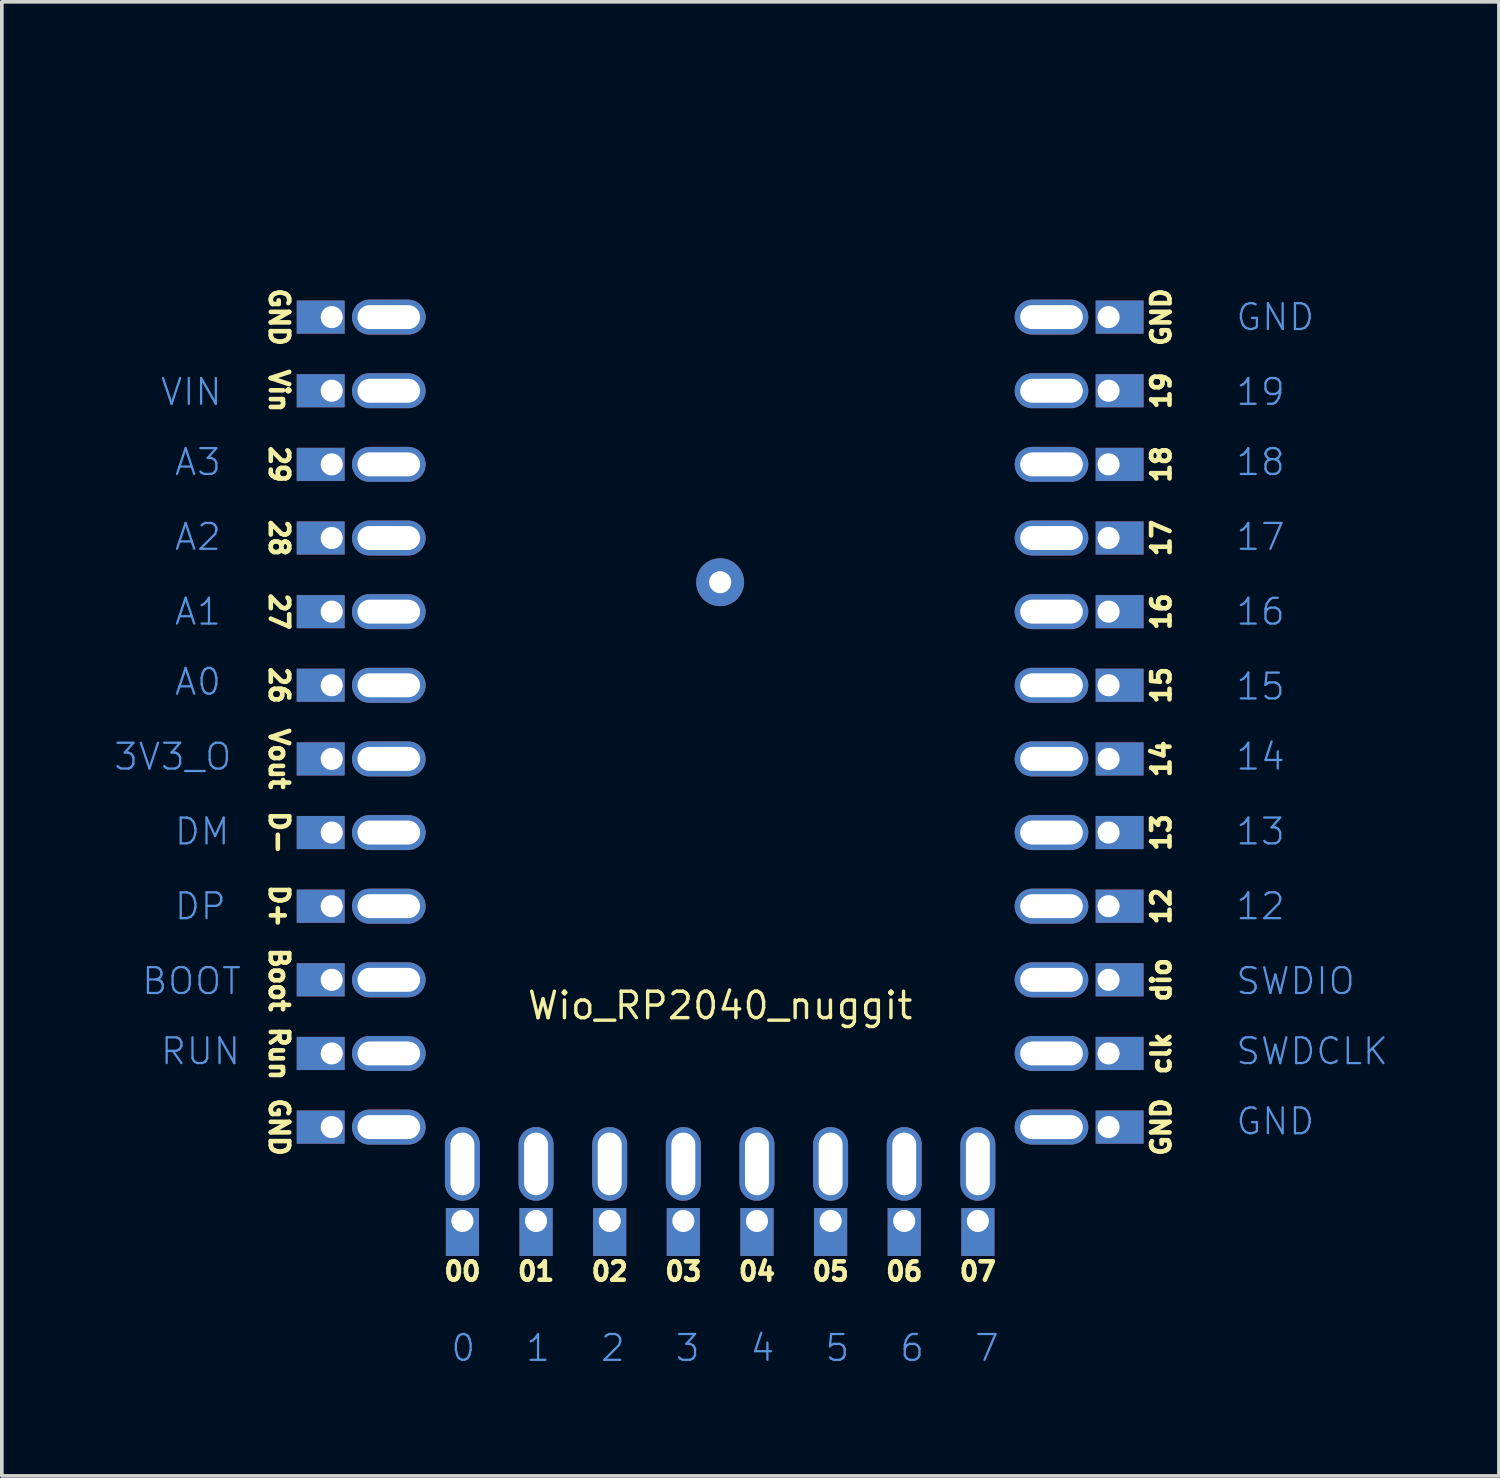
<source format=kicad_pcb>
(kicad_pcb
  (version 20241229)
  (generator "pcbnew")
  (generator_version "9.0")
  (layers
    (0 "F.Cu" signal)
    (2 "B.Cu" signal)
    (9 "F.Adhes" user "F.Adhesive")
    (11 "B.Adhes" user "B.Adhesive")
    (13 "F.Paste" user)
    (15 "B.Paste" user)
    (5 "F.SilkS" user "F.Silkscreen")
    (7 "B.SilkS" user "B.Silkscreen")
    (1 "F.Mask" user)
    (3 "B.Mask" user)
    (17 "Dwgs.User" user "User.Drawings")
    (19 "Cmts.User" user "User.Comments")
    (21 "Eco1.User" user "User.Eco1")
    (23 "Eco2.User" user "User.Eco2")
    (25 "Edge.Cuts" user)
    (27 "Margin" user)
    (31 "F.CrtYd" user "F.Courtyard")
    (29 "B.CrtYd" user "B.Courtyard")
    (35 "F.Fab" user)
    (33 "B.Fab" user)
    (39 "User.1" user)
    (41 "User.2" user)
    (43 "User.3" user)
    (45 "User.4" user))
  (footprint "Wio_RP2040_nuggit"
    (layer "F.Cu")
    (at 16.51 11.563)
    (property "Reference" "Wio_RP2040_nuggit" (at 0 12.7 0) (layer "F.SilkS") (effects (font (size 0.719 0.719) (thickness 0.093))))
    (fp_line (start -9 -11.5) (end 9 -11.5) (stroke (width 0.127) (type solid)) (layer "User.1"))
    (fp_line (start -9 17) (end -9 -11.5) (stroke (width 0.127) (type solid)) (layer "User.1"))
    (fp_line (start 9 17) (end -9 17) (stroke (width 0.127) (type solid)) (layer "User.1"))
    (fp_line (start 9 17) (end 9 -11.5) (stroke (width 0.12) (type solid)) (layer "User.1"))
    (fp_text user "18" (at 11.98 -2 90) (unlocked yes) (layer "F.SilkS") (effects (font (size 0.5 0.5) (thickness 0.125))))
    (fp_text user "D+" (at -11.98 10 270) (unlocked yes) (layer "F.SilkS") (effects (font (size 0.5 0.5) (thickness 0.125))))
    (fp_text user "D-" (at -11.98 8 270) (unlocked yes) (layer "F.SilkS") (effects (font (size 0.5 0.5) (thickness 0.125))))
    (fp_text user "19" (at 11.98 -4 90) (unlocked yes) (layer "F.SilkS") (effects (font (size 0.5 0.5) (thickness 0.125))))
    (fp_text user "00" (at -7 19.92 0) (unlocked yes) (layer "F.SilkS") (effects (font (size 0.5 0.5) (thickness 0.125))))
    (fp_text user "07" (at 7 19.92 0) (unlocked yes) (layer "F.SilkS") (effects (font (size 0.5 0.5) (thickness 0.125))))
    (fp_text user "Run" (at -11.98 14 270) (unlocked yes) (layer "F.SilkS") (effects (font (size 0.5 0.5) (thickness 0.125))))
    (fp_text user "GND" (at 11.98 -6 90) (unlocked yes) (layer "F.SilkS") (effects (font (size 0.5 0.5) (thickness 0.125))))
    (fp_text user "Boot" (at -11.98 12 270) (unlocked yes) (layer "F.SilkS") (effects (font (size 0.5 0.5) (thickness 0.125))))
    (fp_text user "GND" (at -11.98 -6 270) (unlocked yes) (layer "F.SilkS") (effects (font (size 0.5 0.5) (thickness 0.125))))
    (fp_text user "15" (at 11.98 4 90) (unlocked yes) (layer "F.SilkS") (effects (font (size 0.5 0.5) (thickness 0.125))))
    (fp_text user "26" (at -11.98 4 270) (unlocked yes) (layer "F.SilkS") (effects (font (size 0.5 0.5) (thickness 0.125))))
    (fp_text user "16" (at 11.98 2 90) (unlocked yes) (layer "F.SilkS") (effects (font (size 0.5 0.5) (thickness 0.125))))
    (fp_text user "29" (at -11.98 -2 270) (unlocked yes) (layer "F.SilkS") (effects (font (size 0.5 0.5) (thickness 0.125))))
    (fp_text user "02" (at -3 19.92 0) (unlocked yes) (layer "F.SilkS") (effects (font (size 0.5 0.5) (thickness 0.125))))
    (fp_text user "Vin" (at -11.98 -4 270) (unlocked yes) (layer "F.SilkS") (effects (font (size 0.5 0.5) (thickness 0.125))))
    (fp_text user "03" (at -1 19.92 0) (unlocked yes) (layer "F.SilkS") (effects (font (size 0.5 0.5) (thickness 0.125))))
    (fp_text user "12" (at 11.98 10 90) (unlocked yes) (layer "F.SilkS") (effects (font (size 0.5 0.5) (thickness 0.125))))
    (fp_text user "dio" (at 11.98 12 90) (unlocked yes) (layer "F.SilkS") (effects (font (size 0.5 0.5) (thickness 0.125))))
    (fp_text user "Vout" (at -11.98 6 270) (unlocked yes) (layer "F.SilkS") (effects (font (size 0.5 0.5) (thickness 0.125))))
    (fp_text user "01" (at -5 19.92 0) (unlocked yes) (layer "F.SilkS") (effects (font (size 0.5 0.5) (thickness 0.125))))
    (fp_text user "GND" (at -11.98 16 270) (unlocked yes) (layer "F.SilkS") (effects (font (size 0.5 0.5) (thickness 0.125))))
    (fp_text user "06" (at 5 19.92 0) (unlocked yes) (layer "F.SilkS") (effects (font (size 0.5 0.5) (thickness 0.125))))
    (fp_text user "clk" (at 11.98 14 90) (unlocked yes) (layer "F.SilkS") (effects (font (size 0.5 0.5) (thickness 0.125))))
    (fp_text user "13" (at 11.98 8 90) (unlocked yes) (layer "F.SilkS") (effects (font (size 0.5 0.5) (thickness 0.125))))
    (fp_text user "05" (at 3 19.92 0) (unlocked yes) (layer "F.SilkS") (effects (font (size 0.5 0.5) (thickness 0.125))))
    (fp_text user "14" (at 11.98 6 90) (unlocked yes) (layer "F.SilkS") (effects (font (size 0.5 0.5) (thickness 0.125))))
    (fp_text user "17" (at 11.98 0 90) (unlocked yes) (layer "F.SilkS") (effects (font (size 0.5 0.5) (thickness 0.125))))
    (fp_text user "GND" (at 11.98 16 90) (unlocked yes) (layer "F.SilkS") (effects (font (size 0.5 0.5) (thickness 0.125))))
    (fp_text user "28" (at -11.98 0 270) (unlocked yes) (layer "F.SilkS") (effects (font (size 0.5 0.5) (thickness 0.125))))
    (fp_text user "27" (at -11.98 2 270) (unlocked yes) (layer "F.SilkS") (effects (font (size 0.5 0.5) (thickness 0.125))))
    (fp_text user "04" (at 1 19.92 0) (unlocked yes) (layer "F.SilkS") (effects (font (size 0.5 0.5) (thickness 0.125))))
    (fp_text user "A2" (at -14.859 0.381 0) (layer "Cmts.User") (effects (font (size 0.701 0.701) (thickness 0.061)) (justify left bottom)))
    (fp_text user "A1" (at -14.859 2.413 0) (layer "Cmts.User") (effects (font (size 0.701 0.701) (thickness 0.061)) (justify left bottom)))
    (fp_text user "13" (at 13.97 8.382 0) (layer "Cmts.User") (effects (font (size 0.701 0.701) (thickness 0.061)) (justify left bottom)))
    (fp_text user "VIN" (at -15.24 -3.556 0) (layer "Cmts.User") (effects (font (size 0.701 0.701) (thickness 0.061)) (justify left bottom)))
    (fp_text user "0" (at -6.604 21.59 0) (layer "Cmts.User") (effects (font (size 0.701 0.701) (thickness 0.061)) (justify right top)))
    (fp_text user "16" (at 13.97 2.413 0) (layer "Cmts.User") (effects (font (size 0.701 0.701) (thickness 0.061)) (justify left bottom)))
    (fp_text user "DM" (at -14.859 8.382 0) (layer "Cmts.User") (effects (font (size 0.701 0.701) (thickness 0.061)) (justify left bottom)))
    (fp_text user "5" (at 3.556 21.59 0) (layer "Cmts.User") (effects (font (size 0.701 0.701) (thickness 0.061)) (justify right top)))
    (fp_text user "GND" (at 13.97 -5.588 0) (layer "Cmts.User") (effects (font (size 0.701 0.701) (thickness 0.061)) (justify left bottom)))
    (fp_text user "14" (at 13.97 6.35 0) (layer "Cmts.User") (effects (font (size 0.701 0.701) (thickness 0.061)) (justify left bottom)))
    (fp_text user "RUN" (at -15.24 14.351 0) (layer "Cmts.User") (effects (font (size 0.701 0.701) (thickness 0.061)) (justify left bottom)))
    (fp_text user "BOOT" (at -15.748 12.446 0) (layer "Cmts.User") (effects (font (size 0.701 0.701) (thickness 0.061)) (justify left bottom)))
    (fp_text user "4" (at 1.524 21.59 0) (layer "Cmts.User") (effects (font (size 0.701 0.701) (thickness 0.061)) (justify right top)))
    (fp_text user "18" (at 13.97 -1.651 0) (layer "Cmts.User") (effects (font (size 0.701 0.701) (thickness 0.061)) (justify left bottom)))
    (fp_text user "SWDCLK" (at 13.97 14.351 0) (layer "Cmts.User") (effects (font (size 0.701 0.701) (thickness 0.061)) (justify left bottom)))
    (fp_text user "A3" (at -14.859 -1.651 0) (layer "Cmts.User") (effects (font (size 0.701 0.701) (thickness 0.061)) (justify left bottom)))
    (fp_text user "12" (at 13.97 10.414 0) (layer "Cmts.User") (effects (font (size 0.701 0.701) (thickness 0.061)) (justify left bottom)))
    (fp_text user "15" (at 13.97 4.445 0) (layer "Cmts.User") (effects (font (size 0.701 0.701) (thickness 0.061)) (justify left bottom)))
    (fp_text user "A0" (at -14.859 4.318 0) (layer "Cmts.User") (effects (font (size 0.701 0.701) (thickness 0.061)) (justify left bottom)))
    (fp_text user "7" (at 7.62 21.59 0) (layer "Cmts.User") (effects (font (size 0.701 0.701) (thickness 0.061)) (justify right top)))
    (fp_text user "3" (at -0.508 21.59 0) (layer "Cmts.User") (effects (font (size 0.701 0.701) (thickness 0.061)) (justify right top)))
    (fp_text user "17" (at 13.97 0.381 0) (layer "Cmts.User") (effects (font (size 0.701 0.701) (thickness 0.061)) (justify left bottom)))
    (fp_text user "1" (at -4.572 21.59 0) (layer "Cmts.User") (effects (font (size 0.701 0.701) (thickness 0.061)) (justify right top)))
    (fp_text user "19" (at 13.97 -3.556 0) (layer "Cmts.User") (effects (font (size 0.701 0.701) (thickness 0.061)) (justify left bottom)))
    (fp_text user "GND" (at 13.97 16.256 0) (layer "Cmts.User") (effects (font (size 0.701 0.701) (thickness 0.061)) (justify left bottom)))
    (fp_text user "SWDIO" (at 13.97 12.446 0) (layer "Cmts.User") (effects (font (size 0.701 0.701) (thickness 0.061)) (justify left bottom)))
    (fp_text user "2" (at -2.54 21.59 0) (layer "Cmts.User") (effects (font (size 0.701 0.701) (thickness 0.061)) (justify right top)))
    (fp_text user "DP" (at -14.859 10.414 0) (layer "Cmts.User") (effects (font (size 0.701 0.701) (thickness 0.061)) (justify left bottom)))
    (fp_text user "6" (at 5.588 21.59 0) (layer "Cmts.User") (effects (font (size 0.701 0.701) (thickness 0.061)) (justify right top)))
    (fp_text user "3V3_O" (at -16.51 6.35 0) (layer "Cmts.User") (effects (font (size 0.701 0.701) (thickness 0.061)) (justify left bottom)))
    (pad "1" thru_hole rect (at -10.55 -6) (size 1.3 0.9) (drill 0.6 (offset -0.3 0)) (layers "*.Cu" "*.Mask"))
    (pad "1" thru_hole oval (at -9 -6) (size 2 0.95) (drill oval 1.7 0.65) (layers "*.Cu" "*.Mask"))
    (pad "2" thru_hole rect (at -10.55 -4) (size 1.3 0.9) (drill 0.6 (offset -0.3 0)) (layers "*.Cu" "*.Mask"))
    (pad "2" thru_hole oval (at -9 -4) (size 2 0.95) (drill oval 1.7 0.65) (layers "*.Cu" "*.Mask"))
    (pad "3" thru_hole rect (at -10.55 -2) (size 1.3 0.9) (drill 0.6 (offset -0.3 0)) (layers "*.Cu" "*.Mask"))
    (pad "3" thru_hole oval (at -9 -2) (size 2 0.95) (drill oval 1.7 0.65) (layers "*.Cu" "*.Mask"))
    (pad "4" thru_hole rect (at -10.55 0) (size 1.3 0.9) (drill 0.6 (offset -0.3 0)) (layers "*.Cu" "*.Mask"))
    (pad "4" thru_hole oval (at -9 0) (size 2 0.95) (drill oval 1.7 0.65) (layers "*.Cu" "*.Mask"))
    (pad "5" thru_hole rect (at -10.55 2) (size 1.3 0.9) (drill 0.6 (offset -0.3 0)) (layers "*.Cu" "*.Mask"))
    (pad "5" thru_hole oval (at -9 2) (size 2 0.95) (drill oval 1.7 0.65) (layers "*.Cu" "*.Mask"))
    (pad "6" thru_hole rect (at -10.55 4) (size 1.3 0.9) (drill 0.6 (offset -0.3 0)) (layers "*.Cu" "*.Mask"))
    (pad "6" thru_hole oval (at -9 4) (size 2 0.95) (drill oval 1.7 0.65) (layers "*.Cu" "*.Mask"))
    (pad "7" thru_hole rect (at -10.55 6) (size 1.3 0.9) (drill 0.6 (offset -0.3 0)) (layers "*.Cu" "*.Mask"))
    (pad "7" thru_hole oval (at -9 6) (size 2 0.95) (drill oval 1.7 0.65) (layers "*.Cu" "*.Mask"))
    (pad "8" thru_hole rect (at -10.55 8) (size 1.3 0.9) (drill 0.6 (offset -0.3 0)) (layers "*.Cu" "*.Mask"))
    (pad "8" thru_hole oval (at -9 8) (size 2 0.95) (drill oval 1.7 0.65) (layers "*.Cu" "*.Mask"))
    (pad "9" thru_hole rect (at -10.55 10) (size 1.3 0.9) (drill 0.6 (offset -0.3 0)) (layers "*.Cu" "*.Mask"))
    (pad "9" thru_hole oval (at -9 10) (size 2 0.95) (drill oval 1.7 0.65) (layers "*.Cu" "*.Mask"))
    (pad "10" thru_hole rect (at -10.55 12) (size 1.3 0.9) (drill 0.6 (offset -0.3 0)) (layers "*.Cu" "*.Mask"))
    (pad "10" thru_hole oval (at -9 12) (size 2 0.95) (drill oval 1.7 0.65) (layers "*.Cu" "*.Mask"))
    (pad "11" thru_hole rect (at -10.55 14) (size 1.3 0.9) (drill 0.6 (offset -0.3 0)) (layers "*.Cu" "*.Mask"))
    (pad "11" thru_hole oval (at -9 14) (size 2 0.95) (drill oval 1.7 0.65) (layers "*.Cu" "*.Mask"))
    (pad "12" thru_hole rect (at -10.55 16) (size 1.3 0.9) (drill 0.6 (offset -0.3 0)) (layers "*.Cu" "*.Mask"))
    (pad "12" thru_hole oval (at -9 16) (size 2 0.95) (drill oval 1.7 0.65) (layers "*.Cu" "*.Mask"))
    (pad "13" thru_hole oval (at -7 17 90) (size 2 0.95) (drill oval 1.7 0.65) (layers "*.Cu" "*.Mask"))
    (pad "13" thru_hole rect (at -7 18.55 90) (size 1.3 0.9) (drill 0.6 (offset -0.3 0)) (layers "*.Cu" "*.Mask"))
    (pad "13" thru_hole rect (at -5 18.55 90) (size 1.3 0.9) (drill 0.6 (offset -0.3 0)) (layers "*.Cu" "*.Mask"))
    (pad "13" thru_hole rect (at -3 18.55 90) (size 1.3 0.9) (drill 0.6 (offset -0.3 0)) (layers "*.Cu" "*.Mask"))
    (pad "13" thru_hole rect (at -1 18.55 90) (size 1.3 0.9) (drill 0.6 (offset -0.3 0)) (layers "*.Cu" "*.Mask"))
    (pad "13" thru_hole rect (at 1 18.55 90) (size 1.3 0.9) (drill 0.6 (offset -0.3 0)) (layers "*.Cu" "*.Mask"))
    (pad "13" thru_hole rect (at 3 18.55 90) (size 1.3 0.9) (drill 0.6 (offset -0.3 0)) (layers "*.Cu" "*.Mask"))
    (pad "13" thru_hole rect (at 5 18.55 90) (size 1.3 0.9) (drill 0.6 (offset -0.3 0)) (layers "*.Cu" "*.Mask"))
    (pad "13" thru_hole rect (at 7 18.55 90) (size 1.3 0.9) (drill 0.6 (offset -0.3 0)) (layers "*.Cu" "*.Mask"))
    (pad "14" thru_hole oval (at -5 17 90) (size 2 0.95) (drill oval 1.7 0.65) (layers "*.Cu" "*.Mask"))
    (pad "15" thru_hole oval (at -3 17 90) (size 2 0.95) (drill oval 1.7 0.65) (layers "*.Cu" "*.Mask"))
    (pad "16" thru_hole oval (at -1 17 90) (size 2 0.95) (drill oval 1.7 0.65) (layers "*.Cu" "*.Mask"))
    (pad "17" thru_hole oval (at 1 17 90) (size 2 0.95) (drill oval 1.7 0.65) (layers "*.Cu" "*.Mask"))
    (pad "18" thru_hole oval (at 3 17 90) (size 2 0.95) (drill oval 1.7 0.65) (layers "*.Cu" "*.Mask"))
    (pad "19" thru_hole oval (at 5 17 90) (size 2 0.95) (drill oval 1.7 0.65) (layers "*.Cu" "*.Mask"))
    (pad "20" thru_hole oval (at 7 17 90) (size 2 0.95) (drill oval 1.7 0.65) (layers "*.Cu" "*.Mask"))
    (pad "21" thru_hole oval (at 9 16 180) (size 2 0.95) (drill oval 1.7 0.65) (layers "*.Cu" "*.Mask"))
    (pad "21" thru_hole rect (at 10.55 16 180) (size 1.3 0.9) (drill 0.6 (offset -0.3 0)) (layers "*.Cu" "*.Mask"))
    (pad "22" thru_hole oval (at 9 14 180) (size 2 0.95) (drill oval 1.7 0.65) (layers "*.Cu" "*.Mask"))
    (pad "22" thru_hole rect (at 10.55 14 180) (size 1.3 0.9) (drill 0.6 (offset -0.3 0)) (layers "*.Cu" "*.Mask"))
    (pad "23" thru_hole oval (at 9 12 180) (size 2 0.95) (drill oval 1.7 0.65) (layers "*.Cu" "*.Mask"))
    (pad "23" thru_hole rect (at 10.55 12 180) (size 1.3 0.9) (drill 0.6 (offset -0.3 0)) (layers "*.Cu" "*.Mask"))
    (pad "24" thru_hole oval (at 9 10 180) (size 2 0.95) (drill oval 1.7 0.65) (layers "*.Cu" "*.Mask"))
    (pad "24" thru_hole rect (at 10.55 10 180) (size 1.3 0.9) (drill 0.6 (offset -0.3 0)) (layers "*.Cu" "*.Mask"))
    (pad "25" thru_hole oval (at 9 8 180) (size 2 0.95) (drill oval 1.7 0.65) (layers "*.Cu" "*.Mask"))
    (pad "25" thru_hole rect (at 10.55 8 180) (size 1.3 0.9) (drill 0.6 (offset -0.3 0)) (layers "*.Cu" "*.Mask"))
    (pad "26" thru_hole oval (at 9 6 180) (size 2 0.95) (drill oval 1.7 0.65) (layers "*.Cu" "*.Mask"))
    (pad "26" thru_hole rect (at 10.55 6 180) (size 1.3 0.9) (drill 0.6 (offset -0.3 0)) (layers "*.Cu" "*.Mask"))
    (pad "27" thru_hole oval (at 9 4 180) (size 2 0.95) (drill oval 1.7 0.65) (layers "*.Cu" "*.Mask"))
    (pad "27" thru_hole rect (at 10.55 4 180) (size 1.3 0.9) (drill 0.6 (offset -0.3 0)) (layers "*.Cu" "*.Mask"))
    (pad "28" thru_hole oval (at 9 2 180) (size 2 0.95) (drill oval 1.7 0.65) (layers "*.Cu" "*.Mask"))
    (pad "28" thru_hole rect (at 10.55 2 180) (size 1.3 0.9) (drill 0.6 (offset -0.3 0)) (layers "*.Cu" "*.Mask"))
    (pad "29" thru_hole oval (at 9 0 180) (size 2 0.95) (drill oval 1.7 0.65) (layers "*.Cu" "*.Mask"))
    (pad "29" thru_hole rect (at 10.55 0 180) (size 1.3 0.9) (drill 0.6 (offset -0.3 0)) (layers "*.Cu" "*.Mask"))
    (pad "30" thru_hole oval (at 9 -2 180) (size 2 0.95) (drill oval 1.7 0.65) (layers "*.Cu" "*.Mask"))
    (pad "30" thru_hole rect (at 10.55 -2 180) (size 1.3 0.9) (drill 0.6 (offset -0.3 0)) (layers "*.Cu" "*.Mask"))
    (pad "31" thru_hole oval (at 9 -4 180) (size 2 0.95) (drill oval 1.7 0.65) (layers "*.Cu" "*.Mask"))
    (pad "31" thru_hole rect (at 10.55 -4 180) (size 1.3 0.9) (drill 0.6 (offset -0.3 0)) (layers "*.Cu" "*.Mask"))
    (pad "32" thru_hole oval (at 9 -6 180) (size 2 0.95) (drill oval 1.7 0.65) (layers "*.Cu" "*.Mask"))
    (pad "32" thru_hole rect (at 10.55 -6 180) (size 1.3 0.9) (drill 0.6 (offset -0.3 0)) (layers "*.Cu" "*.Mask"))
    (pad "33" thru_hole circle (at 0 1.2 90) (size 1.3 1.3) (drill 0.6) (layers "*.Cu")))
  (gr_rect
    (start -3 -3)
    (end 37.662 37.037)
    (stroke (width 0.1) (type default))
    (fill no)
    (layer "Edge.Cuts")))
</source>
